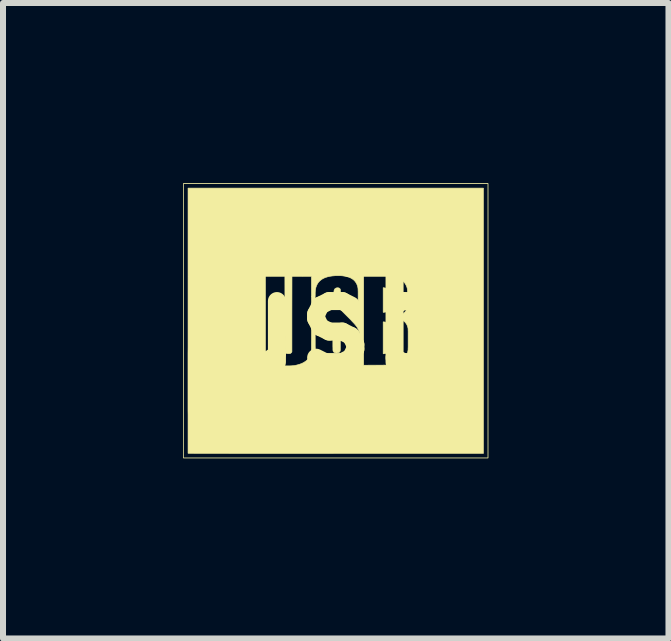
<source format=kicad_pcb>
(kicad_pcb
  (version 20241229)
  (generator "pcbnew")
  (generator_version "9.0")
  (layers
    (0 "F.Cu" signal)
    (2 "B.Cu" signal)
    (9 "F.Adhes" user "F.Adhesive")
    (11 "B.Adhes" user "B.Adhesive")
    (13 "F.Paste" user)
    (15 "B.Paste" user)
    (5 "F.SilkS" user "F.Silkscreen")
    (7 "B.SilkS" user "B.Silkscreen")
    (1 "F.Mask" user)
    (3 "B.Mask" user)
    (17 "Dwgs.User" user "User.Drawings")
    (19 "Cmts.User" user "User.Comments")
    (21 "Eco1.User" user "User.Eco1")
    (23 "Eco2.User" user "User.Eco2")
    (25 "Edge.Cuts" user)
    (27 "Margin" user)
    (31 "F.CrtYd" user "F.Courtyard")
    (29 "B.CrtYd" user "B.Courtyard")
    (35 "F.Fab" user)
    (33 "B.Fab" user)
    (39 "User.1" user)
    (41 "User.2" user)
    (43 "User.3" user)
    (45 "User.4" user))
  (footprint "usb"
    (layer "F.Cu")
    (at 2.542 2.291)
    (property "Reference" "usb" (at 0 0 0) (layer "F.SilkS") (effects (font (size 1.524 1.524) (thickness 0.3))))
    (attr through_hole)
    (fp_poly (pts (xy 2.537 2.288) (xy -2.537 2.288) (xy -2.537 -2.283) (xy -2.535 -2.283) (xy -2.535 2.286) (xy 2.535 2.286) (xy 2.535 -2.283) (xy -2.535 -2.283) (xy -2.537 -2.283) (xy -2.537 -2.286) (xy 2.537 -2.286) (xy 2.537 2.288)) (stroke (width 0.01) (type solid)) (fill yes) (layer "F.SilkS"))
    (fp_poly (pts (xy 0.807 -0.547) (xy 0.831 -0.543) (xy 0.851 -0.536) (xy 0.866 -0.526) (xy 0.878 -0.513) (xy 0.885 -0.498) (xy 0.885 -0.498) (xy 0.886 -0.492) (xy 0.887 -0.481) (xy 0.887 -0.467) (xy 0.888 -0.45) (xy 0.889 -0.43) (xy 0.889 -0.407) (xy 0.889 -0.383) (xy 0.889 -0.359) (xy 0.889 -0.333) (xy 0.889 -0.309) (xy 0.889 -0.285) (xy 0.889 -0.262) (xy 0.888 -0.242) (xy 0.888 -0.224) (xy 0.887 -0.209) (xy 0.886 -0.198) (xy 0.885 -0.192) (xy 0.885 -0.192) (xy 0.878 -0.175) (xy 0.867 -0.161) (xy 0.852 -0.151) (xy 0.833 -0.144) (xy 0.81 -0.141) (xy 0.808 -0.14) (xy 0.79 -0.139) (xy 0.79 -0.549) (xy 0.807 -0.547)) (stroke (width 0.01) (type solid)) (fill yes) (layer "F.SilkS"))
    (fp_poly (pts (xy 0.797 0.02) (xy 0.808 0.021) (xy 0.822 0.023) (xy 0.835 0.026) (xy 0.846 0.03) (xy 0.848 0.031) (xy 0.864 0.04) (xy 0.876 0.053) (xy 0.882 0.062) (xy 0.883 0.064) (xy 0.884 0.066) (xy 0.885 0.069) (xy 0.885 0.072) (xy 0.886 0.076) (xy 0.886 0.082) (xy 0.887 0.089) (xy 0.887 0.099) (xy 0.887 0.111) (xy 0.888 0.126) (xy 0.888 0.145) (xy 0.888 0.166) (xy 0.888 0.192) (xy 0.888 0.222) (xy 0.888 0.256) (xy 0.888 0.279) (xy 0.888 0.318) (xy 0.889 0.352) (xy 0.889 0.382) (xy 0.889 0.408) (xy 0.888 0.43) (xy 0.888 0.448) (xy 0.888 0.464) (xy 0.887 0.476) (xy 0.887 0.487) (xy 0.886 0.495) (xy 0.884 0.502) (xy 0.883 0.507) (xy 0.881 0.511) (xy 0.879 0.515) (xy 0.877 0.518) (xy 0.874 0.521) (xy 0.872 0.523) (xy 0.864 0.531) (xy 0.856 0.537) (xy 0.853 0.539) (xy 0.842 0.543) (xy 0.828 0.547) (xy 0.814 0.55) (xy 0.801 0.551) (xy 0.801 0.551) (xy 0.79 0.551) (xy 0.79 0.02) (xy 0.797 0.02)) (stroke (width 0.01) (type solid)) (fill yes) (layer "F.SilkS"))
    (fp_poly (pts (xy 2.46 2.211) (xy 0.001 2.211) (xy -0.138 2.212) (xy -0.272 2.212) (xy -0.401 2.212) (xy -0.525 2.212) (xy -0.645 2.212) (xy -0.759 2.212) (xy -0.87 2.212) (xy -0.975 2.212) (xy -1.076 2.212) (xy -1.173 2.212) (xy -1.266 2.212) (xy -1.354 2.212) (xy -1.438 2.212) (xy -1.519 2.212) (xy -1.595 2.212) (xy -1.667 2.212) (xy -1.736 2.212) (xy -1.801 2.211) (xy -1.862 2.211) (xy -1.92 2.211) (xy -1.974 2.211) (xy -2.025 2.211) (xy -2.073 2.211) (xy -2.117 2.211) (xy -2.159 2.211) (xy -2.197 2.211) (xy -2.232 2.211) (xy -2.265 2.211) (xy -2.294 2.211) (xy -2.321 2.211) (xy -2.345 2.211) (xy -2.367 2.21) (xy -2.386 2.21) (xy -2.403 2.21) (xy -2.417 2.21) (xy -2.429 2.21) (xy -2.439 2.21) (xy -2.447 2.21) (xy -2.453 2.209) (xy -2.457 2.209) (xy -2.459 2.209) (xy -2.46 2.209) (xy -2.46 2.206) (xy -2.46 2.199) (xy -2.46 2.186) (xy -2.46 2.169) (xy -2.46 2.147) (xy -2.46 2.121) (xy -2.46 2.09) (xy -2.46 2.055) (xy -2.46 2.016) (xy -2.46 1.973) (xy -2.46 1.926) (xy -2.46 1.875) (xy -2.46 1.82) (xy -2.46 1.762) (xy -2.46 1.7) (xy -2.46 1.635) (xy -2.46 1.567) (xy -2.461 1.496) (xy -2.461 1.421) (xy -2.461 1.344) (xy -2.461 1.264) (xy -2.461 1.181) (xy -2.461 1.096) (xy -2.461 1.009) (xy -2.461 0.919) (xy -2.461 0.827) (xy -2.461 0.732) (xy -2.461 0.636) (xy -2.461 0.538) (xy -2.46 0.439) (xy -2.46 0.337) (xy -2.46 0.234) (xy -2.46 0.13) (xy -2.46 0.025) (xy -2.46 -0.001) (xy -2.46 -0.739) (xy -1.171 -0.739) (xy -1.17 0.537) (xy -1.164 0.557) (xy -1.153 0.587) (xy -1.138 0.615) (xy -1.12 0.641) (xy -1.098 0.663) (xy -1.083 0.674) (xy -1.053 0.693) (xy -1.019 0.71) (xy -0.982 0.724) (xy -0.941 0.736) (xy -0.899 0.745) (xy -0.855 0.751) (xy -0.851 0.752) (xy -0.833 0.753) (xy -0.812 0.753) (xy -0.788 0.753) (xy -0.763 0.753) (xy -0.739 0.752) (xy -0.716 0.75) (xy -0.696 0.748) (xy -0.688 0.747) (xy -0.644 0.738) (xy -0.602 0.726) (xy -0.564 0.712) (xy -0.529 0.694) (xy -0.498 0.673) (xy -0.471 0.65) (xy -0.465 0.644) (xy -0.447 0.623) (xy -0.433 0.602) (xy -0.422 0.58) (xy -0.414 0.555) (xy -0.409 0.528) (xy -0.406 0.502) (xy -0.406 0.495) (xy -0.406 0.483) (xy -0.405 0.467) (xy -0.405 0.445) (xy -0.405 0.419) (xy -0.405 0.388) (xy -0.405 0.352) (xy -0.404 0.312) (xy -0.404 0.267) (xy -0.404 0.218) (xy -0.404 0.164) (xy -0.404 0.147) (xy -0.343 0.147) (xy -0.342 0.337) (xy -0.342 0.373) (xy -0.342 0.404) (xy -0.342 0.431) (xy -0.341 0.453) (xy -0.341 0.473) (xy -0.341 0.489) (xy -0.341 0.502) (xy -0.34 0.513) (xy -0.34 0.522) (xy -0.339 0.529) (xy -0.339 0.535) (xy -0.338 0.54) (xy -0.337 0.545) (xy -0.336 0.549) (xy -0.336 0.55) (xy -0.327 0.582) (xy -0.315 0.61) (xy -0.301 0.635) (xy -0.283 0.657) (xy -0.28 0.66) (xy -0.26 0.68) (xy -0.237 0.696) (xy -0.211 0.711) (xy -0.182 0.723) (xy -0.15 0.734) (xy -0.113 0.742) (xy -0.073 0.748) (xy -0.033 0.753) (xy -0.023 0.753) (xy -0.009 0.753) (xy 0.008 0.753) (xy 0.027 0.753) (xy 0.047 0.753) (xy 0.067 0.752) (xy 0.086 0.751) (xy 0.103 0.75) (xy 0.117 0.749) (xy 0.124 0.748) (xy 0.16 0.742) (xy 0.465 0.742) (xy 0.698 0.741) (xy 0.738 0.741) (xy 0.774 0.741) (xy 0.805 0.74) (xy 0.832 0.74) (xy 0.855 0.74) (xy 0.875 0.74) (xy 0.892 0.739) (xy 0.905 0.739) (xy 0.917 0.739) (xy 0.927 0.738) (xy 0.934 0.738) (xy 0.941 0.737) (xy 0.946 0.737) (xy 0.95 0.736) (xy 0.952 0.736) (xy 0.99 0.727) (xy 1.023 0.716) (xy 1.055 0.702) (xy 1.085 0.685) (xy 1.094 0.679) (xy 1.122 0.657) (xy 1.146 0.633) (xy 1.166 0.605) (xy 1.182 0.575) (xy 1.194 0.541) (xy 1.202 0.505) (xy 1.202 0.503) (xy 1.203 0.496) (xy 1.204 0.489) (xy 1.205 0.48) (xy 1.205 0.47) (xy 1.205 0.457) (xy 1.206 0.442) (xy 1.206 0.424) (xy 1.206 0.402) (xy 1.206 0.377) (xy 1.206 0.347) (xy 1.206 0.313) (xy 1.206 0.31) (xy 1.206 0.27) (xy 1.206 0.235) (xy 1.206 0.204) (xy 1.206 0.179) (xy 1.205 0.158) (xy 1.205 0.142) (xy 1.204 0.131) (xy 1.204 0.126) (xy 1.196 0.096) (xy 1.185 0.068) (xy 1.169 0.043) (xy 1.149 0.02) (xy 1.124 0.000084) (xy 1.095 -0.018) (xy 1.062 -0.033) (xy 1.027 -0.044) (xy 1.018 -0.047) (xy 1.012 -0.049) (xy 1.01 -0.051) (xy 1.011 -0.052) (xy 1.013 -0.053) (xy 1.036 -0.063) (xy 1.055 -0.071) (xy 1.071 -0.079) (xy 1.085 -0.086) (xy 1.097 -0.094) (xy 1.109 -0.103) (xy 1.118 -0.11) (xy 1.142 -0.132) (xy 1.162 -0.157) (xy 1.178 -0.185) (xy 1.189 -0.213) (xy 1.19 -0.218) (xy 1.191 -0.222) (xy 1.192 -0.227) (xy 1.193 -0.232) (xy 1.194 -0.239) (xy 1.194 -0.247) (xy 1.194 -0.258) (xy 1.195 -0.271) (xy 1.195 -0.287) (xy 1.195 -0.307) (xy 1.195 -0.332) (xy 1.196 -0.36) (xy 1.196 -0.365) (xy 1.196 -0.398) (xy 1.196 -0.426) (xy 1.196 -0.451) (xy 1.196 -0.472) (xy 1.195 -0.49) (xy 1.194 -0.505) (xy 1.193 -0.518) (xy 1.192 -0.529) (xy 1.19 -0.539) (xy 1.188 -0.548) (xy 1.185 -0.557) (xy 1.182 -0.566) (xy 1.181 -0.57) (xy 1.168 -0.597) (xy 1.152 -0.623) (xy 1.132 -0.646) (xy 1.109 -0.665) (xy 1.106 -0.667) (xy 1.069 -0.689) (xy 1.029 -0.707) (xy 0.986 -0.721) (xy 0.941 -0.731) (xy 0.893 -0.736) (xy 0.893 -0.736) (xy 0.884 -0.737) (xy 0.871 -0.737) (xy 0.854 -0.738) (xy 0.834 -0.738) (xy 0.81 -0.738) (xy 0.784 -0.739) (xy 0.755 -0.739) (xy 0.725 -0.739) (xy 0.693 -0.739) (xy 0.661 -0.739) (xy 0.661 -0.739) (xy 0.465 -0.739) (xy 0.465 0.742) (xy 0.16 0.742) (xy 0.163 0.741) (xy 0.199 0.732) (xy 0.234 0.721) (xy 0.264 0.707) (xy 0.264 0.707) (xy 0.292 0.691) (xy 0.318 0.67) (xy 0.341 0.646) (xy 0.361 0.62) (xy 0.376 0.592) (xy 0.384 0.574) (xy 0.387 0.564) (xy 0.39 0.555) (xy 0.392 0.547) (xy 0.394 0.539) (xy 0.396 0.531) (xy 0.397 0.522) (xy 0.398 0.511) (xy 0.399 0.498) (xy 0.399 0.483) (xy 0.4 0.465) (xy 0.4 0.444) (xy 0.4 0.418) (xy 0.401 0.388) (xy 0.401 0.384) (xy 0.401 0.351) (xy 0.401 0.322) (xy 0.401 0.298) (xy 0.401 0.278) (xy 0.4 0.26) (xy 0.4 0.245) (xy 0.399 0.233) (xy 0.398 0.222) (xy 0.396 0.212) (xy 0.395 0.203) (xy 0.392 0.194) (xy 0.39 0.184) (xy 0.389 0.183) (xy 0.383 0.164) (xy 0.374 0.143) (xy 0.364 0.123) (xy 0.353 0.104) (xy 0.345 0.094) (xy 0.336 0.082) (xy 0.326 0.069) (xy 0.314 0.055) (xy 0.3 0.04) (xy 0.284 0.023) (xy 0.266 0.004) (xy 0.246 -0.018) (xy 0.222 -0.042) (xy 0.196 -0.068) (xy 0.166 -0.098) (xy 0.159 -0.105) (xy 0.131 -0.133) (xy 0.106 -0.159) (xy 0.084 -0.181) (xy 0.065 -0.2) (xy 0.05 -0.216) (xy 0.038 -0.229) (xy 0.03 -0.239) (xy 0.026 -0.244) (xy 0.01 -0.265) (xy -0.002 -0.285) (xy -0.011 -0.304) (xy -0.018 -0.321) (xy -0.021 -0.329) (xy -0.022 -0.335) (xy -0.024 -0.342) (xy -0.025 -0.35) (xy -0.026 -0.36) (xy -0.027 -0.373) (xy -0.028 -0.389) (xy -0.029 -0.406) (xy -0.03 -0.432) (xy -0.031 -0.453) (xy -0.031 -0.47) (xy -0.03 -0.484) (xy -0.029 -0.496) (xy -0.027 -0.505) (xy -0.024 -0.514) (xy -0.022 -0.517) (xy -0.014 -0.531) (xy -0.001 -0.54) (xy 0.013 -0.546) (xy 0.03 -0.548) (xy 0.043 -0.547) (xy 0.056 -0.543) (xy 0.066 -0.537) (xy 0.073 -0.528) (xy 0.074 -0.526) (xy 0.075 -0.523) (xy 0.076 -0.521) (xy 0.077 -0.517) (xy 0.077 -0.511) (xy 0.078 -0.504) (xy 0.078 -0.495) (xy 0.078 -0.483) (xy 0.079 -0.468) (xy 0.079 -0.449) (xy 0.079 -0.426) (xy 0.079 -0.399) (xy 0.079 -0.375) (xy 0.079 -0.234) (xy 0.373 -0.234) (xy 0.373 -0.378) (xy 0.373 -0.412) (xy 0.373 -0.441) (xy 0.373 -0.465) (xy 0.373 -0.486) (xy 0.372 -0.504) (xy 0.372 -0.519) (xy 0.371 -0.532) (xy 0.37 -0.543) (xy 0.368 -0.552) (xy 0.367 -0.561) (xy 0.365 -0.569) (xy 0.362 -0.577) (xy 0.36 -0.584) (xy 0.348 -0.615) (xy 0.331 -0.642) (xy 0.311 -0.667) (xy 0.287 -0.688) (xy 0.258 -0.706) (xy 0.249 -0.711) (xy 0.221 -0.723) (xy 0.188 -0.733) (xy 0.151 -0.741) (xy 0.112 -0.747) (xy 0.07 -0.75) (xy 0.025 -0.75) (xy -0.008 -0.749) (xy -0.056 -0.745) (xy -0.098 -0.739) (xy -0.137 -0.73) (xy -0.172 -0.719) (xy -0.204 -0.705) (xy -0.232 -0.689) (xy -0.258 -0.669) (xy -0.266 -0.662) (xy -0.288 -0.639) (xy -0.305 -0.613) (xy -0.319 -0.586) (xy -0.33 -0.555) (xy -0.337 -0.521) (xy -0.34 -0.495) (xy -0.341 -0.484) (xy -0.342 -0.468) (xy -0.342 -0.449) (xy -0.342 -0.428) (xy -0.343 -0.405) (xy -0.343 -0.382) (xy -0.343 -0.359) (xy -0.342 -0.336) (xy -0.342 -0.316) (xy -0.342 -0.298) (xy -0.341 -0.284) (xy -0.34 -0.274) (xy -0.336 -0.245) (xy -0.328 -0.218) (xy -0.317 -0.192) (xy -0.303 -0.165) (xy -0.284 -0.138) (xy -0.266 -0.115) (xy -0.258 -0.106) (xy -0.246 -0.093) (xy -0.232 -0.077) (xy -0.216 -0.06) (xy -0.198 -0.041) (xy -0.178 -0.021) (xy -0.159 -0.001) (xy -0.139 0.019) (xy -0.119 0.039) (xy -0.101 0.057) (xy -0.084 0.074) (xy -0.072 0.085) (xy -0.044 0.113) (xy -0.02 0.138) (xy 0.001 0.16) (xy 0.019 0.181) (xy 0.034 0.2) (xy 0.046 0.219) (xy 0.056 0.236) (xy 0.06 0.245) (xy 0.064 0.253) (xy 0.067 0.261) (xy 0.069 0.268) (xy 0.071 0.276) (xy 0.073 0.284) (xy 0.074 0.294) (xy 0.075 0.306) (xy 0.076 0.321) (xy 0.076 0.338) (xy 0.076 0.359) (xy 0.076 0.385) (xy 0.076 0.398) (xy 0.076 0.424) (xy 0.076 0.445) (xy 0.076 0.462) (xy 0.076 0.475) (xy 0.076 0.486) (xy 0.075 0.494) (xy 0.075 0.5) (xy 0.074 0.504) (xy 0.073 0.507) (xy 0.072 0.51) (xy 0.07 0.513) (xy 0.062 0.524) (xy 0.051 0.532) (xy 0.035 0.536) (xy 0.022 0.538) (xy 0.002 0.538) (xy -0.015 0.534) (xy -0.029 0.527) (xy -0.039 0.516) (xy -0.045 0.503) (xy -0.045 0.501) (xy -0.046 0.495) (xy -0.047 0.486) (xy -0.047 0.472) (xy -0.047 0.454) (xy -0.048 0.431) (xy -0.048 0.404) (xy -0.048 0.371) (xy -0.048 0.334) (xy -0.048 0.317) (xy -0.048 0.147) (xy -0.343 0.147) (xy -0.404 0.147) (xy -0.404 0.107) (xy -0.404 0.044) (xy -0.404 -0.022) (xy -0.404 -0.093) (xy -0.404 -0.135) (xy -0.405 -0.738) (xy -0.729 -0.739) (xy -0.73 -0.11) (xy -0.73 0.519) (xy -0.735 0.528) (xy -0.741 0.535) (xy -0.749 0.541) (xy -0.752 0.543) (xy -0.758 0.547) (xy -0.765 0.549) (xy -0.773 0.549) (xy -0.784 0.55) (xy -0.786 0.55) (xy -0.805 0.549) (xy -0.821 0.545) (xy -0.832 0.539) (xy -0.839 0.533) (xy -0.844 0.524) (xy -0.846 -0.107) (xy -0.847 -0.738) (xy -1.009 -0.738) (xy -1.171 -0.739) (xy -2.46 -0.739) (xy -2.46 -2.208) (xy 2.46 -2.208) (xy 2.46 2.211)) (stroke (width 0.01) (type solid)) (fill yes) (layer "F.SilkS")))
  (gr_rect
    (start -3 -3)
    (end 8.084 7.584)
    (stroke (width 0.1) (type default))
    (fill no)
    (layer "Edge.Cuts")))
</source>
